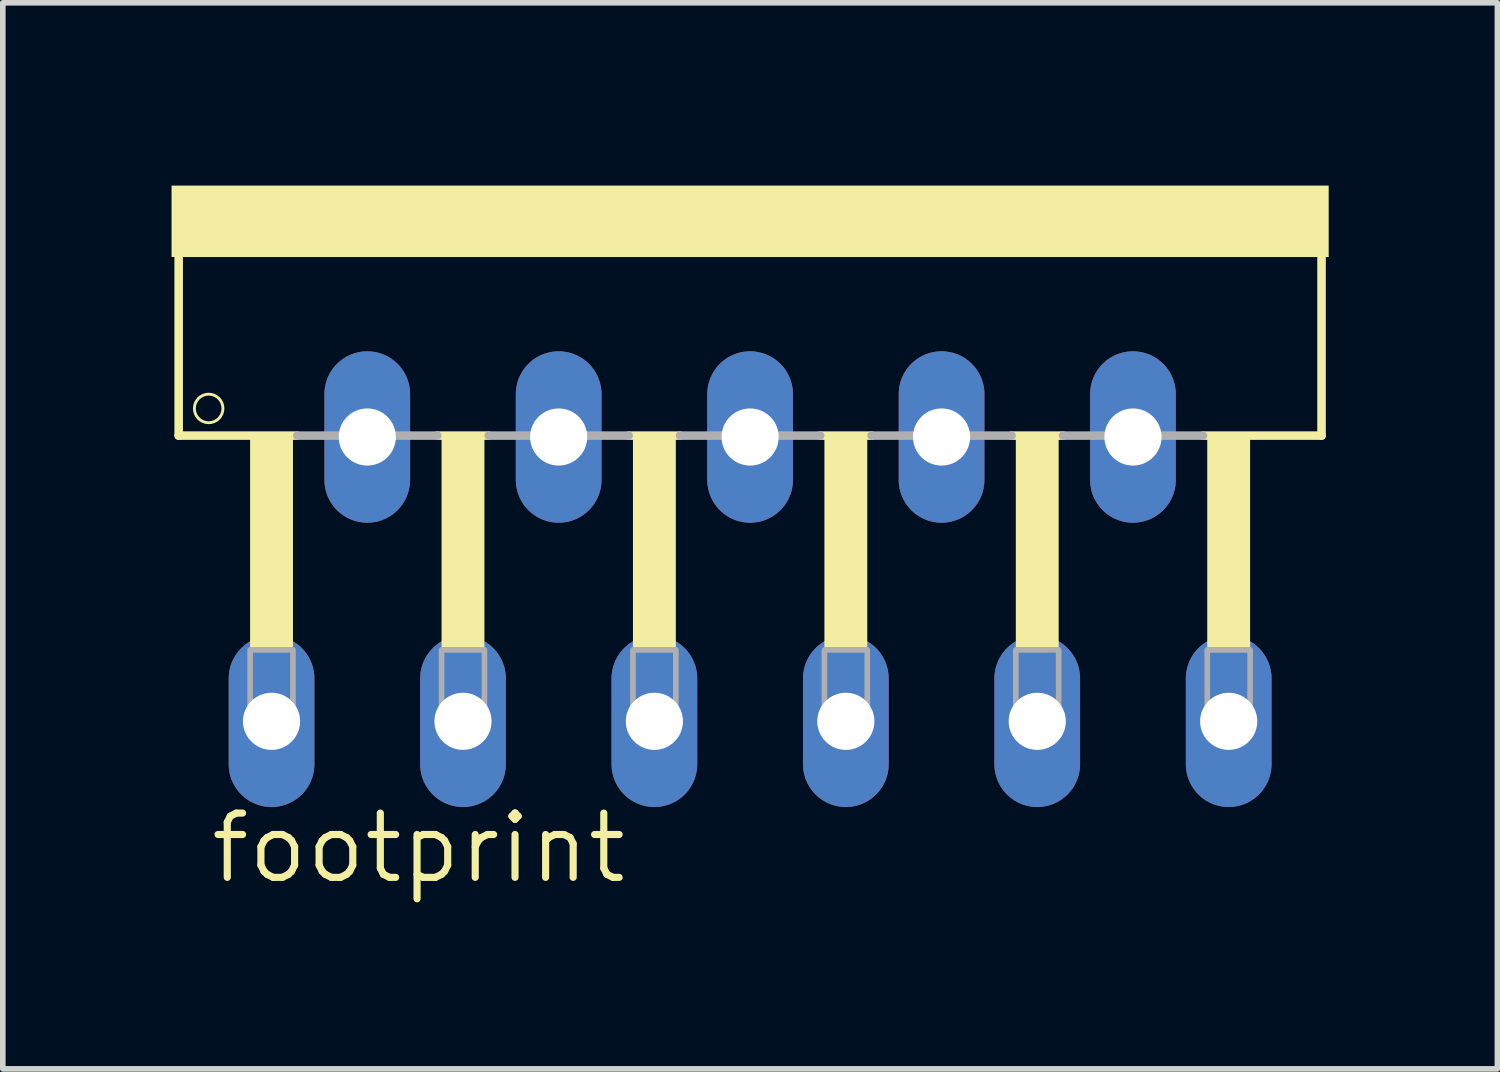
<source format=kicad_pcb>
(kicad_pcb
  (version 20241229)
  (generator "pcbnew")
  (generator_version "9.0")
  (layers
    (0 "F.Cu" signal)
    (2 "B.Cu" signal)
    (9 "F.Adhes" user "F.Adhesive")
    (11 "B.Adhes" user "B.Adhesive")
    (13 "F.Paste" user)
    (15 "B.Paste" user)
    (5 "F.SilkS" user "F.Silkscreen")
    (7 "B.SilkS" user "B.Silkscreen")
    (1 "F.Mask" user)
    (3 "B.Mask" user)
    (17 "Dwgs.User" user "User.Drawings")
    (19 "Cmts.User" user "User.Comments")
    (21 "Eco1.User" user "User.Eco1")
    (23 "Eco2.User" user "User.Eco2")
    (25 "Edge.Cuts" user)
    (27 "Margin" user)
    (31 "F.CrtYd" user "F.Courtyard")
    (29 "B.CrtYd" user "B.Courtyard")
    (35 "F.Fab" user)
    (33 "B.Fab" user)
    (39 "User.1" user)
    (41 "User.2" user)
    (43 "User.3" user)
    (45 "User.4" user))
  (footprint "footprint"
    (layer "F.Cu")
    (at 10.287 0.25)
    (property "Reference" "footprint" (at -9.652 12.446 0) (layer "F.SilkS") (effects (font (size 1.143 1.143) (thickness 0.127)) (justify left bottom)))
    (fp_line (start -10.16 1.27) (end -10.16 4.445) (stroke (width 0.152) (type solid)) (layer "F.SilkS"))
    (fp_line (start -8.052 4.445) (end -10.16 4.445) (stroke (width 0.152) (type solid)) (layer "F.SilkS"))
    (fp_line (start -5.563 4.445) (end -4.648 4.445) (stroke (width 0.152) (type solid)) (layer "F.SilkS"))
    (fp_line (start -2.159 4.445) (end -1.245 4.445) (stroke (width 0.152) (type solid)) (layer "F.SilkS"))
    (fp_line (start 1.245 4.445) (end 2.159 4.445) (stroke (width 0.152) (type solid)) (layer "F.SilkS"))
    (fp_line (start 4.648 4.445) (end 5.563 4.445) (stroke (width 0.152) (type solid)) (layer "F.SilkS"))
    (fp_line (start 8.052 4.445) (end 10.16 4.445) (stroke (width 0.152) (type solid)) (layer "F.SilkS"))
    (fp_line (start 10.16 1.27) (end 10.16 4.445) (stroke (width 0.152) (type solid)) (layer "F.SilkS"))
    (fp_circle (center -9.627 3.962) (end -9.373 3.962) (stroke (width 0.051) (type solid)) (fill no) (layer "F.SilkS"))
    (fp_poly (pts (xy -10.287 1.27) (xy 10.287 1.27) (xy 10.287 0) (xy -10.287 0)) (stroke (width 0) (type solid)) (fill yes) (layer "F.SilkS"))
    (fp_poly (pts (xy -8.89 8.255) (xy -8.128 8.255) (xy -8.128 4.445) (xy -8.89 4.445)) (stroke (width 0) (type solid)) (fill yes) (layer "F.SilkS"))
    (fp_poly (pts (xy -5.486 8.255) (xy -4.724 8.255) (xy -4.724 4.445) (xy -5.486 4.445)) (stroke (width 0) (type solid)) (fill yes) (layer "F.SilkS"))
    (fp_poly (pts (xy -2.083 8.255) (xy -1.321 8.255) (xy -1.321 4.445) (xy -2.083 4.445)) (stroke (width 0) (type solid)) (fill yes) (layer "F.SilkS"))
    (fp_poly (pts (xy 1.321 8.255) (xy 2.083 8.255) (xy 2.083 4.445) (xy 1.321 4.445)) (stroke (width 0) (type solid)) (fill yes) (layer "F.SilkS"))
    (fp_poly (pts (xy 4.724 8.255) (xy 5.486 8.255) (xy 5.486 4.445) (xy 4.724 4.445)) (stroke (width 0) (type solid)) (fill yes) (layer "F.SilkS"))
    (fp_poly (pts (xy 8.128 8.255) (xy 8.89 8.255) (xy 8.89 4.445) (xy 8.128 4.445)) (stroke (width 0) (type solid)) (fill yes) (layer "F.SilkS"))
    (fp_line (start -8.052 4.445) (end -5.563 4.445) (stroke (width 0.152) (type solid)) (layer "F.Fab"))
    (fp_line (start -4.648 4.445) (end -2.159 4.445) (stroke (width 0.152) (type solid)) (layer "F.Fab"))
    (fp_line (start -1.245 4.445) (end 1.245 4.445) (stroke (width 0.152) (type solid)) (layer "F.Fab"))
    (fp_line (start 4.648 4.445) (end 2.159 4.445) (stroke (width 0.152) (type solid)) (layer "F.Fab"))
    (fp_line (start 8.052 4.445) (end 5.563 4.445) (stroke (width 0.152) (type solid)) (layer "F.Fab"))
    (fp_poly (pts (xy -8.89 9.652) (xy -8.128 9.652) (xy -8.128 8.255) (xy -8.89 8.255)) (stroke (width 0.1) (type solid)) (fill no) (layer "F.Fab"))
    (fp_poly (pts (xy -5.486 9.652) (xy -4.724 9.652) (xy -4.724 8.255) (xy -5.486 8.255)) (stroke (width 0.1) (type solid)) (fill no) (layer "F.Fab"))
    (fp_poly (pts (xy -2.083 9.652) (xy -1.321 9.652) (xy -1.321 8.255) (xy -2.083 8.255)) (stroke (width 0.1) (type solid)) (fill no) (layer "F.Fab"))
    (fp_poly (pts (xy 1.321 9.652) (xy 2.083 9.652) (xy 2.083 8.255) (xy 1.321 8.255)) (stroke (width 0.1) (type solid)) (fill no) (layer "F.Fab"))
    (fp_poly (pts (xy 4.724 9.652) (xy 5.486 9.652) (xy 5.486 8.255) (xy 4.724 8.255)) (stroke (width 0.1) (type solid)) (fill no) (layer "F.Fab"))
    (fp_poly (pts (xy 8.128 9.652) (xy 8.89 9.652) (xy 8.89 8.255) (xy 8.128 8.255)) (stroke (width 0.1) (type solid)) (fill no) (layer "F.Fab"))
    (pad "1" thru_hole oval (at -8.509 9.525 90) (size 3.048 1.524) (drill 1.016) (layers "*.Cu" "*.Mask"))
    (pad "2" thru_hole oval (at -6.807 4.47 90) (size 3.048 1.524) (drill 1.016) (layers "*.Cu" "*.Mask"))
    (pad "3" thru_hole oval (at -5.105 9.525 90) (size 3.048 1.524) (drill 1.016) (layers "*.Cu" "*.Mask"))
    (pad "4" thru_hole oval (at -3.404 4.47 90) (size 3.048 1.524) (drill 1.016) (layers "*.Cu" "*.Mask"))
    (pad "5" thru_hole oval (at -1.702 9.525 90) (size 3.048 1.524) (drill 1.016) (layers "*.Cu" "*.Mask"))
    (pad "6" thru_hole oval (at 0 4.47 90) (size 3.048 1.524) (drill 1.016) (layers "*.Cu" "*.Mask"))
    (pad "7" thru_hole oval (at 1.702 9.525 90) (size 3.048 1.524) (drill 1.016) (layers "*.Cu" "*.Mask"))
    (pad "8" thru_hole oval (at 3.404 4.47 90) (size 3.048 1.524) (drill 1.016) (layers "*.Cu" "*.Mask"))
    (pad "9" thru_hole oval (at 5.105 9.525 90) (size 3.048 1.524) (drill 1.016) (layers "*.Cu" "*.Mask"))
    (pad "10" thru_hole oval (at 6.807 4.47 90) (size 3.048 1.524) (drill 1.016) (layers "*.Cu" "*.Mask"))
    (pad "11" thru_hole oval (at 8.509 9.525 90) (size 3.048 1.524) (drill 1.016) (layers "*.Cu" "*.Mask")))
  (gr_rect
    (start -3 -3)
    (end 23.574 15.955)
    (stroke (width 0.1) (type default))
    (fill no)
    (layer "Edge.Cuts")))
</source>
